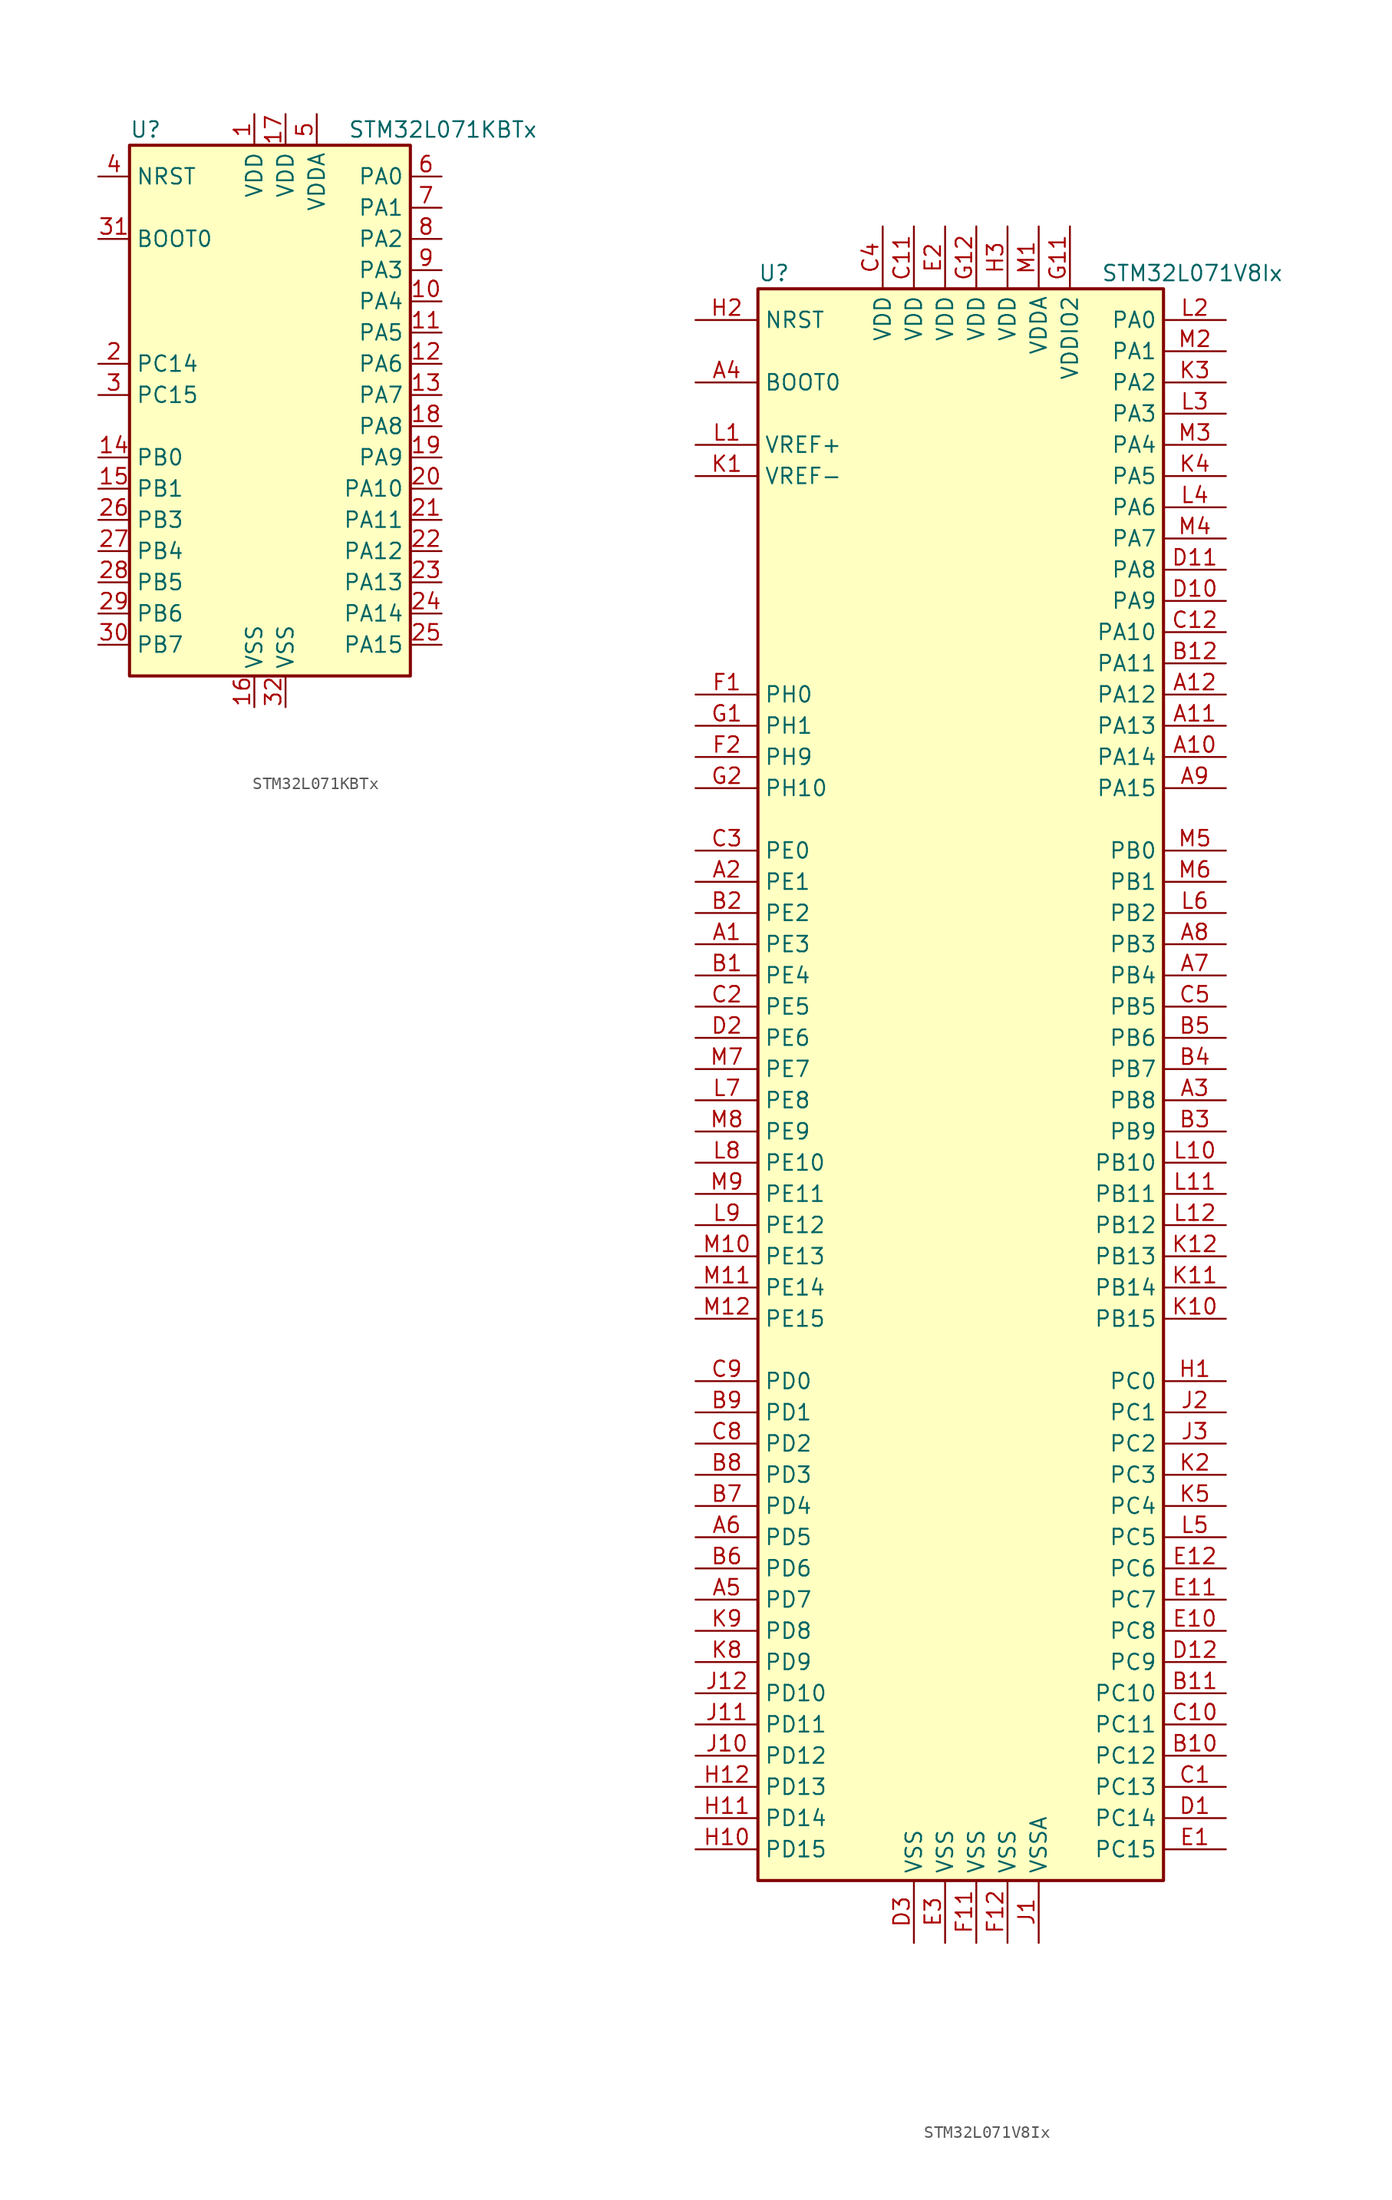
<source format=kicad_sym>
(kicad_symbol_lib
  (version 20211014)
  (generator kicad_symbol_editor)
  (symbol "STM32L071KBTx"
    (property "Reference" "U"
      (at -12.7 21.59 0)
      (effects (font (size 1.27 1.27)) (justify left)))
    (property "Value" "STM32L071KBTx"
      (at 5.08 21.59 0)
      (effects (font (size 1.27 1.27)) (justify left)))
    (symbol "STM32L071KBTx_0_1"
      (rectangle (start -12.7 -22.86) (end 10.16 20.32) (stroke (width 0.254) (type default) (color 0 0 0 0)) (fill (type background))))
    (symbol "STM32L071KBTx_1_1"
      (pin power_in line (at -2.54 22.86 270) (length 2.54) (name "VDD" (effects (font (size 1.27 1.27)))) (number "1" (effects (font (size 1.27 1.27)))))
      (pin bidirectional line (at 12.7 7.62 180) (length 2.54) (name "PA4" (effects (font (size 1.27 1.27)))) (number "10" (effects (font (size 1.27 1.27)))))
      (pin bidirectional line (at 12.7 5.08 180) (length 2.54) (name "PA5" (effects (font (size 1.27 1.27)))) (number "11" (effects (font (size 1.27 1.27)))))
      (pin bidirectional line (at 12.7 2.54 180) (length 2.54) (name "PA6" (effects (font (size 1.27 1.27)))) (number "12" (effects (font (size 1.27 1.27)))))
      (pin bidirectional line (at 12.7 0 180) (length 2.54) (name "PA7" (effects (font (size 1.27 1.27)))) (number "13" (effects (font (size 1.27 1.27)))))
      (pin bidirectional line (at -15.24 -5.08 0) (length 2.54) (name "PB0" (effects (font (size 1.27 1.27)))) (number "14" (effects (font (size 1.27 1.27)))))
      (pin bidirectional line (at -15.24 -7.62 0) (length 2.54) (name "PB1" (effects (font (size 1.27 1.27)))) (number "15" (effects (font (size 1.27 1.27)))))
      (pin power_in line (at -2.54 -25.4 90) (length 2.54) (name "VSS" (effects (font (size 1.27 1.27)))) (number "16" (effects (font (size 1.27 1.27)))))
      (pin power_in line (at 0 22.86 270) (length 2.54) (name "VDD" (effects (font (size 1.27 1.27)))) (number "17" (effects (font (size 1.27 1.27)))))
      (pin bidirectional line (at 12.7 -2.54 180) (length 2.54) (name "PA8" (effects (font (size 1.27 1.27)))) (number "18" (effects (font (size 1.27 1.27)))))
      (pin bidirectional line (at 12.7 -5.08 180) (length 2.54) (name "PA9" (effects (font (size 1.27 1.27)))) (number "19" (effects (font (size 1.27 1.27)))))
      (pin bidirectional line (at -15.24 2.54 0) (length 2.54) (name "PC14" (effects (font (size 1.27 1.27)))) (number "2" (effects (font (size 1.27 1.27)))))
      (pin bidirectional line (at 12.7 -7.62 180) (length 2.54) (name "PA10" (effects (font (size 1.27 1.27)))) (number "20" (effects (font (size 1.27 1.27)))))
      (pin bidirectional line (at 12.7 -10.16 180) (length 2.54) (name "PA11" (effects (font (size 1.27 1.27)))) (number "21" (effects (font (size 1.27 1.27)))))
      (pin bidirectional line (at 12.7 -12.7 180) (length 2.54) (name "PA12" (effects (font (size 1.27 1.27)))) (number "22" (effects (font (size 1.27 1.27)))))
      (pin bidirectional line (at 12.7 -15.24 180) (length 2.54) (name "PA13" (effects (font (size 1.27 1.27)))) (number "23" (effects (font (size 1.27 1.27)))))
      (pin bidirectional line (at 12.7 -17.78 180) (length 2.54) (name "PA14" (effects (font (size 1.27 1.27)))) (number "24" (effects (font (size 1.27 1.27)))))
      (pin bidirectional line (at 12.7 -20.32 180) (length 2.54) (name "PA15" (effects (font (size 1.27 1.27)))) (number "25" (effects (font (size 1.27 1.27)))))
      (pin bidirectional line (at -15.24 -10.16 0) (length 2.54) (name "PB3" (effects (font (size 1.27 1.27)))) (number "26" (effects (font (size 1.27 1.27)))))
      (pin bidirectional line (at -15.24 -12.7 0) (length 2.54) (name "PB4" (effects (font (size 1.27 1.27)))) (number "27" (effects (font (size 1.27 1.27)))))
      (pin bidirectional line (at -15.24 -15.24 0) (length 2.54) (name "PB5" (effects (font (size 1.27 1.27)))) (number "28" (effects (font (size 1.27 1.27)))))
      (pin bidirectional line (at -15.24 -17.78 0) (length 2.54) (name "PB6" (effects (font (size 1.27 1.27)))) (number "29" (effects (font (size 1.27 1.27)))))
      (pin bidirectional line (at -15.24 0 0) (length 2.54) (name "PC15" (effects (font (size 1.27 1.27)))) (number "3" (effects (font (size 1.27 1.27)))))
      (pin bidirectional line (at -15.24 -20.32 0) (length 2.54) (name "PB7" (effects (font (size 1.27 1.27)))) (number "30" (effects (font (size 1.27 1.27)))))
      (pin input line (at -15.24 12.7 0) (length 2.54) (name "BOOT0" (effects (font (size 1.27 1.27)))) (number "31" (effects (font (size 1.27 1.27)))))
      (pin power_in line (at 0 -25.4 90) (length 2.54) (name "VSS" (effects (font (size 1.27 1.27)))) (number "32" (effects (font (size 1.27 1.27)))))
      (pin input line (at -15.24 17.78 0) (length 2.54) (name "NRST" (effects (font (size 1.27 1.27)))) (number "4" (effects (font (size 1.27 1.27)))))
      (pin power_in line (at 2.54 22.86 270) (length 2.54) (name "VDDA" (effects (font (size 1.27 1.27)))) (number "5" (effects (font (size 1.27 1.27)))))
      (pin bidirectional line (at 12.7 17.78 180) (length 2.54) (name "PA0" (effects (font (size 1.27 1.27)))) (number "6" (effects (font (size 1.27 1.27)))))
      (pin bidirectional line (at 12.7 15.24 180) (length 2.54) (name "PA1" (effects (font (size 1.27 1.27)))) (number "7" (effects (font (size 1.27 1.27)))))
      (pin bidirectional line (at 12.7 12.7 180) (length 2.54) (name "PA2" (effects (font (size 1.27 1.27)))) (number "8" (effects (font (size 1.27 1.27)))))
      (pin bidirectional line (at 12.7 10.16 180) (length 2.54) (name "PA3" (effects (font (size 1.27 1.27)))) (number "9" (effects (font (size 1.27 1.27)))))))
  (symbol "STM32L071V8Ix"
    (property "Reference" "U"
      (at -17.78 64.77 0)
      (effects (font (size 1.27 1.27)) (justify left)))
    (property "Value" "STM32L071V8Ix"
      (at 10.16 64.77 0)
      (effects (font (size 1.27 1.27)) (justify left)))
    (symbol "STM32L071V8Ix_0_1"
      (rectangle (start -17.78 -66.04) (end 15.24 63.5) (stroke (width 0.254) (type default) (color 0 0 0 0)) (fill (type background))))
    (symbol "STM32L071V8Ix_1_1"
      (pin bidirectional line (at -22.86 10.16 0) (length 5.08) (name "PE3" (effects (font (size 1.27 1.27)))) (number "A1" (effects (font (size 1.27 1.27)))))
      (pin bidirectional line (at 20.32 25.4 180) (length 5.08) (name "PA14" (effects (font (size 1.27 1.27)))) (number "A10" (effects (font (size 1.27 1.27)))))
      (pin bidirectional line (at 20.32 27.94 180) (length 5.08) (name "PA13" (effects (font (size 1.27 1.27)))) (number "A11" (effects (font (size 1.27 1.27)))))
      (pin bidirectional line (at 20.32 30.48 180) (length 5.08) (name "PA12" (effects (font (size 1.27 1.27)))) (number "A12" (effects (font (size 1.27 1.27)))))
      (pin bidirectional line (at -22.86 15.24 0) (length 5.08) (name "PE1" (effects (font (size 1.27 1.27)))) (number "A2" (effects (font (size 1.27 1.27)))))
      (pin bidirectional line (at 20.32 -2.54 180) (length 5.08) (name "PB8" (effects (font (size 1.27 1.27)))) (number "A3" (effects (font (size 1.27 1.27)))))
      (pin input line (at -22.86 55.88 0) (length 5.08) (name "BOOT0" (effects (font (size 1.27 1.27)))) (number "A4" (effects (font (size 1.27 1.27)))))
      (pin bidirectional line (at -22.86 -43.18 0) (length 5.08) (name "PD7" (effects (font (size 1.27 1.27)))) (number "A5" (effects (font (size 1.27 1.27)))))
      (pin bidirectional line (at -22.86 -38.1 0) (length 5.08) (name "PD5" (effects (font (size 1.27 1.27)))) (number "A6" (effects (font (size 1.27 1.27)))))
      (pin bidirectional line (at 20.32 7.62 180) (length 5.08) (name "PB4" (effects (font (size 1.27 1.27)))) (number "A7" (effects (font (size 1.27 1.27)))))
      (pin bidirectional line (at 20.32 10.16 180) (length 5.08) (name "PB3" (effects (font (size 1.27 1.27)))) (number "A8" (effects (font (size 1.27 1.27)))))
      (pin bidirectional line (at 20.32 22.86 180) (length 5.08) (name "PA15" (effects (font (size 1.27 1.27)))) (number "A9" (effects (font (size 1.27 1.27)))))
      (pin bidirectional line (at -22.86 7.62 0) (length 5.08) (name "PE4" (effects (font (size 1.27 1.27)))) (number "B1" (effects (font (size 1.27 1.27)))))
      (pin bidirectional line (at 20.32 -55.88 180) (length 5.08) (name "PC12" (effects (font (size 1.27 1.27)))) (number "B10" (effects (font (size 1.27 1.27)))))
      (pin bidirectional line (at 20.32 -50.8 180) (length 5.08) (name "PC10" (effects (font (size 1.27 1.27)))) (number "B11" (effects (font (size 1.27 1.27)))))
      (pin bidirectional line (at 20.32 33.02 180) (length 5.08) (name "PA11" (effects (font (size 1.27 1.27)))) (number "B12" (effects (font (size 1.27 1.27)))))
      (pin bidirectional line (at -22.86 12.7 0) (length 5.08) (name "PE2" (effects (font (size 1.27 1.27)))) (number "B2" (effects (font (size 1.27 1.27)))))
      (pin bidirectional line (at 20.32 -5.08 180) (length 5.08) (name "PB9" (effects (font (size 1.27 1.27)))) (number "B3" (effects (font (size 1.27 1.27)))))
      (pin bidirectional line (at 20.32 0 180) (length 5.08) (name "PB7" (effects (font (size 1.27 1.27)))) (number "B4" (effects (font (size 1.27 1.27)))))
      (pin bidirectional line (at 20.32 2.54 180) (length 5.08) (name "PB6" (effects (font (size 1.27 1.27)))) (number "B5" (effects (font (size 1.27 1.27)))))
      (pin bidirectional line (at -22.86 -40.64 0) (length 5.08) (name "PD6" (effects (font (size 1.27 1.27)))) (number "B6" (effects (font (size 1.27 1.27)))))
      (pin bidirectional line (at -22.86 -35.56 0) (length 5.08) (name "PD4" (effects (font (size 1.27 1.27)))) (number "B7" (effects (font (size 1.27 1.27)))))
      (pin bidirectional line (at -22.86 -33.02 0) (length 5.08) (name "PD3" (effects (font (size 1.27 1.27)))) (number "B8" (effects (font (size 1.27 1.27)))))
      (pin bidirectional line (at -22.86 -27.94 0) (length 5.08) (name "PD1" (effects (font (size 1.27 1.27)))) (number "B9" (effects (font (size 1.27 1.27)))))
      (pin bidirectional line (at 20.32 -58.42 180) (length 5.08) (name "PC13" (effects (font (size 1.27 1.27)))) (number "C1" (effects (font (size 1.27 1.27)))))
      (pin bidirectional line (at 20.32 -53.34 180) (length 5.08) (name "PC11" (effects (font (size 1.27 1.27)))) (number "C10" (effects (font (size 1.27 1.27)))))
      (pin power_in line (at -5.08 68.58 270) (length 5.08) (name "VDD" (effects (font (size 1.27 1.27)))) (number "C11" (effects (font (size 1.27 1.27)))))
      (pin bidirectional line (at 20.32 35.56 180) (length 5.08) (name "PA10" (effects (font (size 1.27 1.27)))) (number "C12" (effects (font (size 1.27 1.27)))))
      (pin bidirectional line (at -22.86 5.08 0) (length 5.08) (name "PE5" (effects (font (size 1.27 1.27)))) (number "C2" (effects (font (size 1.27 1.27)))))
      (pin bidirectional line (at -22.86 17.78 0) (length 5.08) (name "PE0" (effects (font (size 1.27 1.27)))) (number "C3" (effects (font (size 1.27 1.27)))))
      (pin power_in line (at -7.62 68.58 270) (length 5.08) (name "VDD" (effects (font (size 1.27 1.27)))) (number "C4" (effects (font (size 1.27 1.27)))))
      (pin bidirectional line (at 20.32 5.08 180) (length 5.08) (name "PB5" (effects (font (size 1.27 1.27)))) (number "C5" (effects (font (size 1.27 1.27)))))
      (pin bidirectional line (at -22.86 -30.48 0) (length 5.08) (name "PD2" (effects (font (size 1.27 1.27)))) (number "C8" (effects (font (size 1.27 1.27)))))
      (pin bidirectional line (at -22.86 -25.4 0) (length 5.08) (name "PD0" (effects (font (size 1.27 1.27)))) (number "C9" (effects (font (size 1.27 1.27)))))
      (pin bidirectional line (at 20.32 -60.96 180) (length 5.08) (name "PC14" (effects (font (size 1.27 1.27)))) (number "D1" (effects (font (size 1.27 1.27)))))
      (pin bidirectional line (at 20.32 38.1 180) (length 5.08) (name "PA9" (effects (font (size 1.27 1.27)))) (number "D10" (effects (font (size 1.27 1.27)))))
      (pin bidirectional line (at 20.32 40.64 180) (length 5.08) (name "PA8" (effects (font (size 1.27 1.27)))) (number "D11" (effects (font (size 1.27 1.27)))))
      (pin bidirectional line (at 20.32 -48.26 180) (length 5.08) (name "PC9" (effects (font (size 1.27 1.27)))) (number "D12" (effects (font (size 1.27 1.27)))))
      (pin bidirectional line (at -22.86 2.54 0) (length 5.08) (name "PE6" (effects (font (size 1.27 1.27)))) (number "D2" (effects (font (size 1.27 1.27)))))
      (pin power_in line (at -5.08 -71.12 90) (length 5.08) (name "VSS" (effects (font (size 1.27 1.27)))) (number "D3" (effects (font (size 1.27 1.27)))))
      (pin bidirectional line (at 20.32 -63.5 180) (length 5.08) (name "PC15" (effects (font (size 1.27 1.27)))) (number "E1" (effects (font (size 1.27 1.27)))))
      (pin bidirectional line (at 20.32 -45.72 180) (length 5.08) (name "PC8" (effects (font (size 1.27 1.27)))) (number "E10" (effects (font (size 1.27 1.27)))))
      (pin bidirectional line (at 20.32 -43.18 180) (length 5.08) (name "PC7" (effects (font (size 1.27 1.27)))) (number "E11" (effects (font (size 1.27 1.27)))))
      (pin bidirectional line (at 20.32 -40.64 180) (length 5.08) (name "PC6" (effects (font (size 1.27 1.27)))) (number "E12" (effects (font (size 1.27 1.27)))))
      (pin power_in line (at -2.54 68.58 270) (length 5.08) (name "VDD" (effects (font (size 1.27 1.27)))) (number "E2" (effects (font (size 1.27 1.27)))))
      (pin power_in line (at -2.54 -71.12 90) (length 5.08) (name "VSS" (effects (font (size 1.27 1.27)))) (number "E3" (effects (font (size 1.27 1.27)))))
      (pin input line (at -22.86 30.48 0) (length 5.08) (name "PH0" (effects (font (size 1.27 1.27)))) (number "F1" (effects (font (size 1.27 1.27)))))
      (pin power_in line (at 0 -71.12 90) (length 5.08) (name "VSS" (effects (font (size 1.27 1.27)))) (number "F11" (effects (font (size 1.27 1.27)))))
      (pin power_in line (at 2.54 -71.12 90) (length 5.08) (name "VSS" (effects (font (size 1.27 1.27)))) (number "F12" (effects (font (size 1.27 1.27)))))
      (pin bidirectional line (at -22.86 25.4 0) (length 5.08) (name "PH9" (effects (font (size 1.27 1.27)))) (number "F2" (effects (font (size 1.27 1.27)))))
      (pin input line (at -22.86 27.94 0) (length 5.08) (name "PH1" (effects (font (size 1.27 1.27)))) (number "G1" (effects (font (size 1.27 1.27)))))
      (pin power_in line (at 7.62 68.58 270) (length 5.08) (name "VDDIO2" (effects (font (size 1.27 1.27)))) (number "G11" (effects (font (size 1.27 1.27)))))
      (pin power_in line (at 0 68.58 270) (length 5.08) (name "VDD" (effects (font (size 1.27 1.27)))) (number "G12" (effects (font (size 1.27 1.27)))))
      (pin bidirectional line (at -22.86 22.86 0) (length 5.08) (name "PH10" (effects (font (size 1.27 1.27)))) (number "G2" (effects (font (size 1.27 1.27)))))
      (pin bidirectional line (at 20.32 -25.4 180) (length 5.08) (name "PC0" (effects (font (size 1.27 1.27)))) (number "H1" (effects (font (size 1.27 1.27)))))
      (pin bidirectional line (at -22.86 -63.5 0) (length 5.08) (name "PD15" (effects (font (size 1.27 1.27)))) (number "H10" (effects (font (size 1.27 1.27)))))
      (pin bidirectional line (at -22.86 -60.96 0) (length 5.08) (name "PD14" (effects (font (size 1.27 1.27)))) (number "H11" (effects (font (size 1.27 1.27)))))
      (pin bidirectional line (at -22.86 -58.42 0) (length 5.08) (name "PD13" (effects (font (size 1.27 1.27)))) (number "H12" (effects (font (size 1.27 1.27)))))
      (pin input line (at -22.86 60.96 0) (length 5.08) (name "NRST" (effects (font (size 1.27 1.27)))) (number "H2" (effects (font (size 1.27 1.27)))))
      (pin power_in line (at 2.54 68.58 270) (length 5.08) (name "VDD" (effects (font (size 1.27 1.27)))) (number "H3" (effects (font (size 1.27 1.27)))))
      (pin power_in line (at 5.08 -71.12 90) (length 5.08) (name "VSSA" (effects (font (size 1.27 1.27)))) (number "J1" (effects (font (size 1.27 1.27)))))
      (pin bidirectional line (at -22.86 -55.88 0) (length 5.08) (name "PD12" (effects (font (size 1.27 1.27)))) (number "J10" (effects (font (size 1.27 1.27)))))
      (pin bidirectional line (at -22.86 -53.34 0) (length 5.08) (name "PD11" (effects (font (size 1.27 1.27)))) (number "J11" (effects (font (size 1.27 1.27)))))
      (pin bidirectional line (at -22.86 -50.8 0) (length 5.08) (name "PD10" (effects (font (size 1.27 1.27)))) (number "J12" (effects (font (size 1.27 1.27)))))
      (pin bidirectional line (at 20.32 -27.94 180) (length 5.08) (name "PC1" (effects (font (size 1.27 1.27)))) (number "J2" (effects (font (size 1.27 1.27)))))
      (pin bidirectional line (at 20.32 -30.48 180) (length 5.08) (name "PC2" (effects (font (size 1.27 1.27)))) (number "J3" (effects (font (size 1.27 1.27)))))
      (pin power_in line (at -22.86 48.26 0) (length 5.08) (name "VREF-" (effects (font (size 1.27 1.27)))) (number "K1" (effects (font (size 1.27 1.27)))))
      (pin bidirectional line (at 20.32 -20.32 180) (length 5.08) (name "PB15" (effects (font (size 1.27 1.27)))) (number "K10" (effects (font (size 1.27 1.27)))))
      (pin bidirectional line (at 20.32 -17.78 180) (length 5.08) (name "PB14" (effects (font (size 1.27 1.27)))) (number "K11" (effects (font (size 1.27 1.27)))))
      (pin bidirectional line (at 20.32 -15.24 180) (length 5.08) (name "PB13" (effects (font (size 1.27 1.27)))) (number "K12" (effects (font (size 1.27 1.27)))))
      (pin bidirectional line (at 20.32 -33.02 180) (length 5.08) (name "PC3" (effects (font (size 1.27 1.27)))) (number "K2" (effects (font (size 1.27 1.27)))))
      (pin bidirectional line (at 20.32 55.88 180) (length 5.08) (name "PA2" (effects (font (size 1.27 1.27)))) (number "K3" (effects (font (size 1.27 1.27)))))
      (pin bidirectional line (at 20.32 48.26 180) (length 5.08) (name "PA5" (effects (font (size 1.27 1.27)))) (number "K4" (effects (font (size 1.27 1.27)))))
      (pin bidirectional line (at 20.32 -35.56 180) (length 5.08) (name "PC4" (effects (font (size 1.27 1.27)))) (number "K5" (effects (font (size 1.27 1.27)))))
      (pin bidirectional line (at -22.86 -48.26 0) (length 5.08) (name "PD9" (effects (font (size 1.27 1.27)))) (number "K8" (effects (font (size 1.27 1.27)))))
      (pin bidirectional line (at -22.86 -45.72 0) (length 5.08) (name "PD8" (effects (font (size 1.27 1.27)))) (number "K9" (effects (font (size 1.27 1.27)))))
      (pin power_in line (at -22.86 50.8 0) (length 5.08) (name "VREF+" (effects (font (size 1.27 1.27)))) (number "L1" (effects (font (size 1.27 1.27)))))
      (pin bidirectional line (at 20.32 -7.62 180) (length 5.08) (name "PB10" (effects (font (size 1.27 1.27)))) (number "L10" (effects (font (size 1.27 1.27)))))
      (pin bidirectional line (at 20.32 -10.16 180) (length 5.08) (name "PB11" (effects (font (size 1.27 1.27)))) (number "L11" (effects (font (size 1.27 1.27)))))
      (pin bidirectional line (at 20.32 -12.7 180) (length 5.08) (name "PB12" (effects (font (size 1.27 1.27)))) (number "L12" (effects (font (size 1.27 1.27)))))
      (pin bidirectional line (at 20.32 60.96 180) (length 5.08) (name "PA0" (effects (font (size 1.27 1.27)))) (number "L2" (effects (font (size 1.27 1.27)))))
      (pin bidirectional line (at 20.32 53.34 180) (length 5.08) (name "PA3" (effects (font (size 1.27 1.27)))) (number "L3" (effects (font (size 1.27 1.27)))))
      (pin bidirectional line (at 20.32 45.72 180) (length 5.08) (name "PA6" (effects (font (size 1.27 1.27)))) (number "L4" (effects (font (size 1.27 1.27)))))
      (pin bidirectional line (at 20.32 -38.1 180) (length 5.08) (name "PC5" (effects (font (size 1.27 1.27)))) (number "L5" (effects (font (size 1.27 1.27)))))
      (pin bidirectional line (at 20.32 12.7 180) (length 5.08) (name "PB2" (effects (font (size 1.27 1.27)))) (number "L6" (effects (font (size 1.27 1.27)))))
      (pin bidirectional line (at -22.86 -2.54 0) (length 5.08) (name "PE8" (effects (font (size 1.27 1.27)))) (number "L7" (effects (font (size 1.27 1.27)))))
      (pin bidirectional line (at -22.86 -7.62 0) (length 5.08) (name "PE10" (effects (font (size 1.27 1.27)))) (number "L8" (effects (font (size 1.27 1.27)))))
      (pin bidirectional line (at -22.86 -12.7 0) (length 5.08) (name "PE12" (effects (font (size 1.27 1.27)))) (number "L9" (effects (font (size 1.27 1.27)))))
      (pin power_in line (at 5.08 68.58 270) (length 5.08) (name "VDDA" (effects (font (size 1.27 1.27)))) (number "M1" (effects (font (size 1.27 1.27)))))
      (pin bidirectional line (at -22.86 -15.24 0) (length 5.08) (name "PE13" (effects (font (size 1.27 1.27)))) (number "M10" (effects (font (size 1.27 1.27)))))
      (pin bidirectional line (at -22.86 -17.78 0) (length 5.08) (name "PE14" (effects (font (size 1.27 1.27)))) (number "M11" (effects (font (size 1.27 1.27)))))
      (pin bidirectional line (at -22.86 -20.32 0) (length 5.08) (name "PE15" (effects (font (size 1.27 1.27)))) (number "M12" (effects (font (size 1.27 1.27)))))
      (pin bidirectional line (at 20.32 58.42 180) (length 5.08) (name "PA1" (effects (font (size 1.27 1.27)))) (number "M2" (effects (font (size 1.27 1.27)))))
      (pin bidirectional line (at 20.32 50.8 180) (length 5.08) (name "PA4" (effects (font (size 1.27 1.27)))) (number "M3" (effects (font (size 1.27 1.27)))))
      (pin bidirectional line (at 20.32 43.18 180) (length 5.08) (name "PA7" (effects (font (size 1.27 1.27)))) (number "M4" (effects (font (size 1.27 1.27)))))
      (pin bidirectional line (at 20.32 17.78 180) (length 5.08) (name "PB0" (effects (font (size 1.27 1.27)))) (number "M5" (effects (font (size 1.27 1.27)))))
      (pin bidirectional line (at 20.32 15.24 180) (length 5.08) (name "PB1" (effects (font (size 1.27 1.27)))) (number "M6" (effects (font (size 1.27 1.27)))))
      (pin bidirectional line (at -22.86 0 0) (length 5.08) (name "PE7" (effects (font (size 1.27 1.27)))) (number "M7" (effects (font (size 1.27 1.27)))))
      (pin bidirectional line (at -22.86 -5.08 0) (length 5.08) (name "PE9" (effects (font (size 1.27 1.27)))) (number "M8" (effects (font (size 1.27 1.27)))))
      (pin bidirectional line (at -22.86 -10.16 0) (length 5.08) (name "PE11" (effects (font (size 1.27 1.27)))) (number "M9" (effects (font (size 1.27 1.27))))))))
</source>
